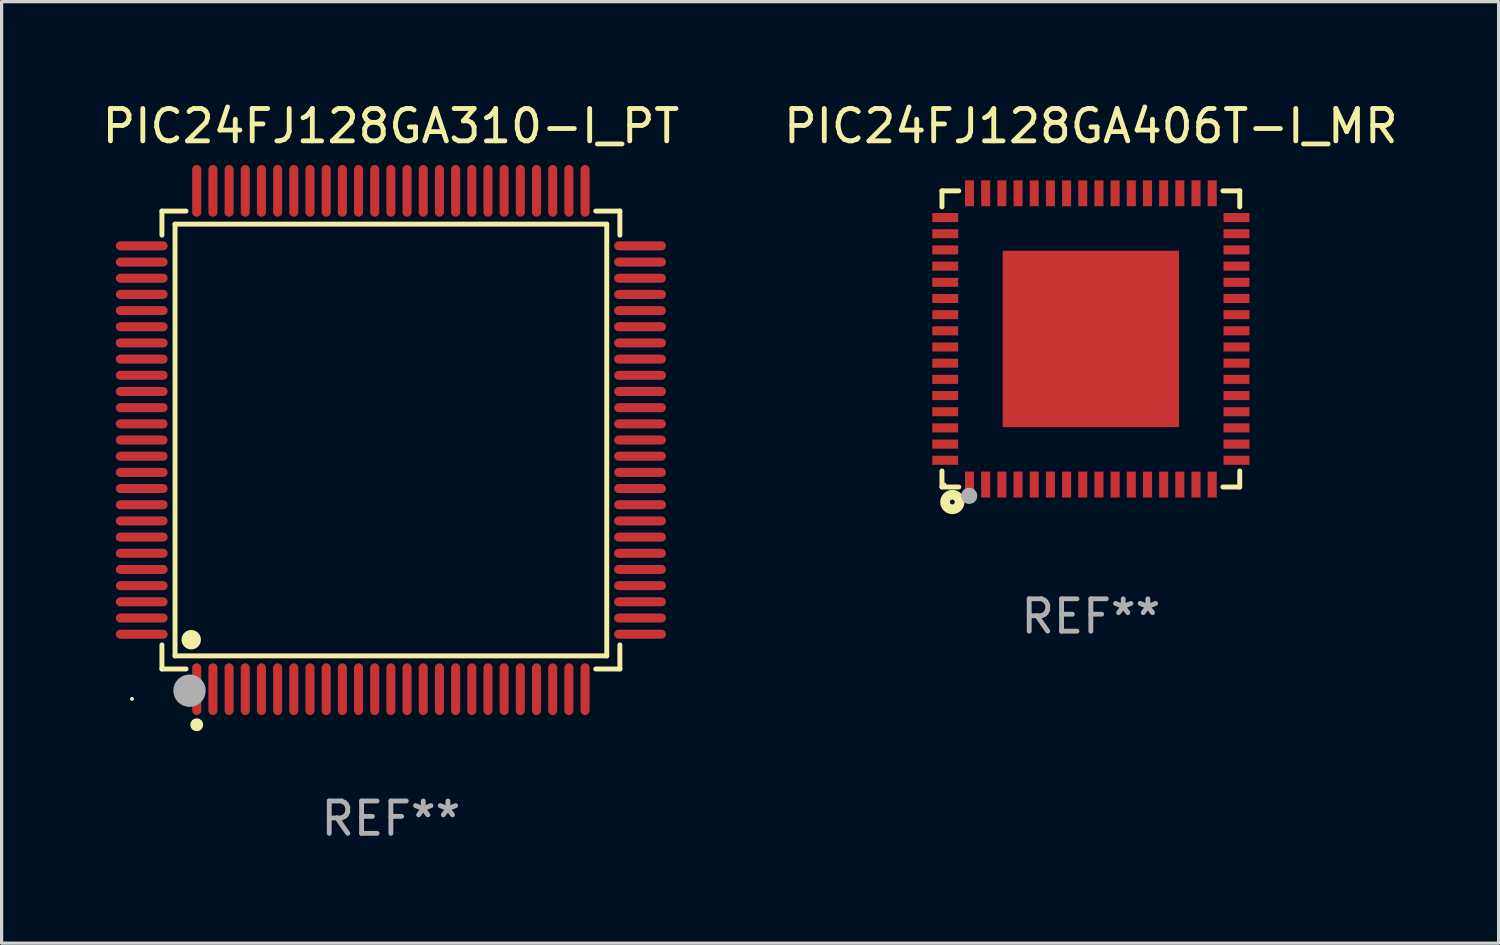
<source format=kicad_pcb>
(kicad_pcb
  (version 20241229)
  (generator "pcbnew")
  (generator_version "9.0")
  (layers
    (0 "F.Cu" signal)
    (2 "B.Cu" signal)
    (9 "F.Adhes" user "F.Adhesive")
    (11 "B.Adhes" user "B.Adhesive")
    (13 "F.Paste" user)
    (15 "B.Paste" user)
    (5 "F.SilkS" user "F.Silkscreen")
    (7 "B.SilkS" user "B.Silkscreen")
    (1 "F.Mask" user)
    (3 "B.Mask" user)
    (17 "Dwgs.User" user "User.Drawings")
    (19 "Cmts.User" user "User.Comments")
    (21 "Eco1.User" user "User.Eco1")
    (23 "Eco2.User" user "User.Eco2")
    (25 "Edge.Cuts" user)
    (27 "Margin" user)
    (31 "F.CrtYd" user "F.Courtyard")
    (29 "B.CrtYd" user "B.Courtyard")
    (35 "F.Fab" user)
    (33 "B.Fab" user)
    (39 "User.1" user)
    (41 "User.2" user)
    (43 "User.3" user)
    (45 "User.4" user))
  (footprint "PIC24FJ128GA406T-I_MR"
    (layer "F.Cu")
    (at 30.661 7.424)
    (property "Reference" "PIC24FJ128GA406T-I_MR" (at 0 -6.576 0) (layer "F.SilkS") (effects (font (size 1 1) (thickness 0.15))))
    (attr through_hole)
    (fp_line (start -4.601 -4.576) (end -4.081 -4.576) (stroke (width 0.152) (type solid)) (layer "F.SilkS"))
    (fp_line (start -4.601 -4.081) (end -4.601 -4.576) (stroke (width 0.152) (type solid)) (layer "F.SilkS"))
    (fp_line (start -4.601 4.081) (end -4.601 4.576) (stroke (width 0.152) (type solid)) (layer "F.SilkS"))
    (fp_line (start -4.601 4.576) (end -4.081 4.576) (stroke (width 0.152) (type solid)) (layer "F.SilkS"))
    (fp_line (start 4.601 -4.576) (end 4.081 -4.576) (stroke (width 0.152) (type solid)) (layer "F.SilkS"))
    (fp_line (start 4.601 -4.081) (end 4.601 -4.576) (stroke (width 0.152) (type solid)) (layer "F.SilkS"))
    (fp_line (start 4.601 4.081) (end 4.601 4.576) (stroke (width 0.152) (type solid)) (layer "F.SilkS"))
    (fp_line (start 4.601 4.576) (end 4.081 4.576) (stroke (width 0.152) (type solid)) (layer "F.SilkS"))
    (fp_circle (center -4.525 4.5) (end -4.495 4.5) (stroke (width 0.06) (type solid)) (fill no) (layer "F.SilkS"))
    (fp_circle (center -4.28 5.04) (end -4.205 5.04) (stroke (width 0.3) (type solid)) (fill no) (layer "F.SilkS"))
    (fp_circle (center -3.76 4.85) (end -3.635 4.85) (stroke (width 0.25) (type solid)) (fill no) (layer "F.Fab"))
    (fp_text user "REF**" (at 0 8.576 0) (layer "F.Fab") (effects (font (size 1 1) (thickness 0.15))))
    (pad "1" smd rect (at -3.75 4.5) (size 0.28 0.8) (layers "F.Cu" "F.Mask" "F.Paste"))
    (pad "2" smd rect (at -3.25 4.5) (size 0.28 0.8) (layers "F.Cu" "F.Mask" "F.Paste"))
    (pad "3" smd rect (at -2.75 4.5) (size 0.28 0.8) (layers "F.Cu" "F.Mask" "F.Paste"))
    (pad "4" smd rect (at -2.25 4.5) (size 0.28 0.8) (layers "F.Cu" "F.Mask" "F.Paste"))
    (pad "5" smd rect (at -1.75 4.5) (size 0.28 0.8) (layers "F.Cu" "F.Mask" "F.Paste"))
    (pad "6" smd rect (at -1.25 4.5) (size 0.28 0.8) (layers "F.Cu" "F.Mask" "F.Paste"))
    (pad "7" smd rect (at -0.75 4.5) (size 0.28 0.8) (layers "F.Cu" "F.Mask" "F.Paste"))
    (pad "8" smd rect (at -0.25 4.5) (size 0.28 0.8) (layers "F.Cu" "F.Mask" "F.Paste"))
    (pad "9" smd rect (at 0.25 4.5) (size 0.28 0.8) (layers "F.Cu" "F.Mask" "F.Paste"))
    (pad "10" smd rect (at 0.75 4.5) (size 0.28 0.8) (layers "F.Cu" "F.Mask" "F.Paste"))
    (pad "11" smd rect (at 1.25 4.5) (size 0.28 0.8) (layers "F.Cu" "F.Mask" "F.Paste"))
    (pad "12" smd rect (at 1.75 4.5) (size 0.28 0.8) (layers "F.Cu" "F.Mask" "F.Paste"))
    (pad "13" smd rect (at 2.25 4.5) (size 0.28 0.8) (layers "F.Cu" "F.Mask" "F.Paste"))
    (pad "14" smd rect (at 2.75 4.5) (size 0.28 0.8) (layers "F.Cu" "F.Mask" "F.Paste"))
    (pad "15" smd rect (at 3.25 4.5) (size 0.28 0.8) (layers "F.Cu" "F.Mask" "F.Paste"))
    (pad "16" smd rect (at 3.75 4.5) (size 0.28 0.8) (layers "F.Cu" "F.Mask" "F.Paste"))
    (pad "17" smd rect (at 4.5 3.75) (size 0.8 0.28) (layers "F.Cu" "F.Mask" "F.Paste"))
    (pad "18" smd rect (at 4.5 3.25) (size 0.8 0.28) (layers "F.Cu" "F.Mask" "F.Paste"))
    (pad "19" smd rect (at 4.5 2.75) (size 0.8 0.28) (layers "F.Cu" "F.Mask" "F.Paste"))
    (pad "20" smd rect (at 4.5 2.25) (size 0.8 0.28) (layers "F.Cu" "F.Mask" "F.Paste"))
    (pad "21" smd rect (at 4.5 1.75) (size 0.8 0.28) (layers "F.Cu" "F.Mask" "F.Paste"))
    (pad "22" smd rect (at 4.5 1.25) (size 0.8 0.28) (layers "F.Cu" "F.Mask" "F.Paste"))
    (pad "23" smd rect (at 4.5 0.75) (size 0.8 0.28) (layers "F.Cu" "F.Mask" "F.Paste"))
    (pad "24" smd rect (at 4.5 0.25) (size 0.8 0.28) (layers "F.Cu" "F.Mask" "F.Paste"))
    (pad "25" smd rect (at 4.5 -0.25) (size 0.8 0.28) (layers "F.Cu" "F.Mask" "F.Paste"))
    (pad "26" smd rect (at 4.5 -0.75) (size 0.8 0.28) (layers "F.Cu" "F.Mask" "F.Paste"))
    (pad "27" smd rect (at 4.5 -1.25) (size 0.8 0.28) (layers "F.Cu" "F.Mask" "F.Paste"))
    (pad "28" smd rect (at 4.5 -1.75) (size 0.8 0.28) (layers "F.Cu" "F.Mask" "F.Paste"))
    (pad "29" smd rect (at 4.5 -2.25) (size 0.8 0.28) (layers "F.Cu" "F.Mask" "F.Paste"))
    (pad "30" smd rect (at 4.5 -2.75) (size 0.8 0.28) (layers "F.Cu" "F.Mask" "F.Paste"))
    (pad "31" smd rect (at 4.5 -3.25) (size 0.8 0.28) (layers "F.Cu" "F.Mask" "F.Paste"))
    (pad "32" smd rect (at 4.5 -3.75) (size 0.8 0.28) (layers "F.Cu" "F.Mask" "F.Paste"))
    (pad "33" smd rect (at 3.75 -4.5) (size 0.28 0.8) (layers "F.Cu" "F.Mask" "F.Paste"))
    (pad "34" smd rect (at 3.25 -4.5) (size 0.28 0.8) (layers "F.Cu" "F.Mask" "F.Paste"))
    (pad "35" smd rect (at 2.75 -4.5) (size 0.28 0.8) (layers "F.Cu" "F.Mask" "F.Paste"))
    (pad "36" smd rect (at 2.25 -4.5) (size 0.28 0.8) (layers "F.Cu" "F.Mask" "F.Paste"))
    (pad "37" smd rect (at 1.75 -4.5) (size 0.28 0.8) (layers "F.Cu" "F.Mask" "F.Paste"))
    (pad "38" smd rect (at 1.25 -4.5) (size 0.28 0.8) (layers "F.Cu" "F.Mask" "F.Paste"))
    (pad "39" smd rect (at 0.75 -4.5) (size 0.28 0.8) (layers "F.Cu" "F.Mask" "F.Paste"))
    (pad "40" smd rect (at 0.25 -4.5) (size 0.28 0.8) (layers "F.Cu" "F.Mask" "F.Paste"))
    (pad "41" smd rect (at -0.25 -4.5) (size 0.28 0.8) (layers "F.Cu" "F.Mask" "F.Paste"))
    (pad "42" smd rect (at -0.75 -4.5) (size 0.28 0.8) (layers "F.Cu" "F.Mask" "F.Paste"))
    (pad "43" smd rect (at -1.25 -4.5) (size 0.28 0.8) (layers "F.Cu" "F.Mask" "F.Paste"))
    (pad "44" smd rect (at -1.75 -4.5) (size 0.28 0.8) (layers "F.Cu" "F.Mask" "F.Paste"))
    (pad "45" smd rect (at -2.25 -4.5) (size 0.28 0.8) (layers "F.Cu" "F.Mask" "F.Paste"))
    (pad "46" smd rect (at -2.75 -4.5) (size 0.28 0.8) (layers "F.Cu" "F.Mask" "F.Paste"))
    (pad "47" smd rect (at -3.25 -4.5) (size 0.28 0.8) (layers "F.Cu" "F.Mask" "F.Paste"))
    (pad "48" smd rect (at -3.75 -4.5) (size 0.28 0.8) (layers "F.Cu" "F.Mask" "F.Paste"))
    (pad "49" smd rect (at -4.5 -3.75) (size 0.8 0.28) (layers "F.Cu" "F.Mask" "F.Paste"))
    (pad "50" smd rect (at -4.5 -3.25) (size 0.8 0.28) (layers "F.Cu" "F.Mask" "F.Paste"))
    (pad "51" smd rect (at -4.5 -2.75) (size 0.8 0.28) (layers "F.Cu" "F.Mask" "F.Paste"))
    (pad "52" smd rect (at -4.5 -2.25) (size 0.8 0.28) (layers "F.Cu" "F.Mask" "F.Paste"))
    (pad "53" smd rect (at -4.5 -1.75) (size 0.8 0.28) (layers "F.Cu" "F.Mask" "F.Paste"))
    (pad "54" smd rect (at -4.5 -1.25) (size 0.8 0.28) (layers "F.Cu" "F.Mask" "F.Paste"))
    (pad "55" smd rect (at -4.5 -0.75) (size 0.8 0.28) (layers "F.Cu" "F.Mask" "F.Paste"))
    (pad "56" smd rect (at -4.5 -0.25) (size 0.8 0.28) (layers "F.Cu" "F.Mask" "F.Paste"))
    (pad "57" smd rect (at -4.5 0.25) (size 0.8 0.28) (layers "F.Cu" "F.Mask" "F.Paste"))
    (pad "58" smd rect (at -4.5 0.75) (size 0.8 0.28) (layers "F.Cu" "F.Mask" "F.Paste"))
    (pad "59" smd rect (at -4.5 1.25) (size 0.8 0.28) (layers "F.Cu" "F.Mask" "F.Paste"))
    (pad "60" smd rect (at -4.5 1.75) (size 0.8 0.28) (layers "F.Cu" "F.Mask" "F.Paste"))
    (pad "61" smd rect (at -4.5 2.25) (size 0.8 0.28) (layers "F.Cu" "F.Mask" "F.Paste"))
    (pad "62" smd rect (at -4.5 2.75) (size 0.8 0.28) (layers "F.Cu" "F.Mask" "F.Paste"))
    (pad "63" smd rect (at -4.5 3.25) (size 0.8 0.28) (layers "F.Cu" "F.Mask" "F.Paste"))
    (pad "64" smd rect (at -4.5 3.75) (size 0.8 0.28) (layers "F.Cu" "F.Mask" "F.Paste"))
    (pad "65" smd rect (at 0 0) (size 5.45 5.45) (layers "F.Cu" "F.Mask" "F.Paste")))
  (footprint "PIC24FJ128GA310-I_PT"
    (layer "F.Cu")
    (at 9.03 10.548)
    (property "Reference" "PIC24FJ128GA310-I_PT" (at 0 -9.7 0) (layer "F.SilkS") (effects (font (size 1 1) (thickness 0.15))))
    (attr through_hole)
    (fp_line (start -7.076 -7.076) (end -6.331 -7.076) (stroke (width 0.152) (type solid)) (layer "F.SilkS"))
    (fp_line (start -7.076 -6.331) (end -7.076 -7.076) (stroke (width 0.152) (type solid)) (layer "F.SilkS"))
    (fp_line (start -7.076 6.331) (end -7.076 7.076) (stroke (width 0.152) (type solid)) (layer "F.SilkS"))
    (fp_line (start -7.076 7.076) (end -6.331 7.076) (stroke (width 0.152) (type solid)) (layer "F.SilkS"))
    (fp_line (start -6.671 -6.671) (end 6.671 -6.671) (stroke (width 0.152) (type solid)) (layer "F.SilkS"))
    (fp_line (start -6.671 6.671) (end -6.671 -6.671) (stroke (width 0.152) (type solid)) (layer "F.SilkS"))
    (fp_line (start 6.671 -6.671) (end 6.671 6.671) (stroke (width 0.152) (type solid)) (layer "F.SilkS"))
    (fp_line (start 6.671 6.671) (end -6.671 6.671) (stroke (width 0.152) (type solid)) (layer "F.SilkS"))
    (fp_line (start 7.076 -7.076) (end 6.331 -7.076) (stroke (width 0.152) (type solid)) (layer "F.SilkS"))
    (fp_line (start 7.076 -6.331) (end 7.076 -7.076) (stroke (width 0.152) (type solid)) (layer "F.SilkS"))
    (fp_line (start 7.076 6.331) (end 7.076 7.076) (stroke (width 0.152) (type solid)) (layer "F.SilkS"))
    (fp_line (start 7.076 7.076) (end 6.331 7.076) (stroke (width 0.152) (type solid)) (layer "F.SilkS"))
    (fp_circle (center -8 8) (end -7.97 8) (stroke (width 0.06) (type solid)) (fill no) (layer "F.SilkS"))
    (fp_circle (center -6.171 6.171) (end -6.021 6.171) (stroke (width 0.3) (type solid)) (fill no) (layer "F.SilkS"))
    (fp_circle (center -6 8.8) (end -5.9 8.8) (stroke (width 0.2) (type solid)) (fill no) (layer "F.SilkS"))
    (fp_circle (center -6.223 7.747) (end -5.973 7.747) (stroke (width 0.5) (type solid)) (fill no) (layer "F.Fab"))
    (fp_text user "REF**" (at 0 11.7 0) (layer "F.Fab") (effects (font (size 1 1) (thickness 0.15))))
    (pad "1" smd oval (at -6 7.7) (size 0.28 1.6) (layers "F.Cu" "F.Mask" "F.Paste"))
    (pad "2" smd oval (at -5.5 7.7) (size 0.28 1.6) (layers "F.Cu" "F.Mask" "F.Paste"))
    (pad "3" smd oval (at -5 7.7) (size 0.28 1.6) (layers "F.Cu" "F.Mask" "F.Paste"))
    (pad "4" smd oval (at -4.5 7.7) (size 0.28 1.6) (layers "F.Cu" "F.Mask" "F.Paste"))
    (pad "5" smd oval (at -4 7.7) (size 0.28 1.6) (layers "F.Cu" "F.Mask" "F.Paste"))
    (pad "6" smd oval (at -3.5 7.7) (size 0.28 1.6) (layers "F.Cu" "F.Mask" "F.Paste"))
    (pad "7" smd oval (at -3 7.7) (size 0.28 1.6) (layers "F.Cu" "F.Mask" "F.Paste"))
    (pad "8" smd oval (at -2.5 7.7) (size 0.28 1.6) (layers "F.Cu" "F.Mask" "F.Paste"))
    (pad "9" smd oval (at -2 7.7) (size 0.28 1.6) (layers "F.Cu" "F.Mask" "F.Paste"))
    (pad "10" smd oval (at -1.5 7.7) (size 0.28 1.6) (layers "F.Cu" "F.Mask" "F.Paste"))
    (pad "11" smd oval (at -1 7.7) (size 0.28 1.6) (layers "F.Cu" "F.Mask" "F.Paste"))
    (pad "12" smd oval (at -0.5 7.7) (size 0.28 1.6) (layers "F.Cu" "F.Mask" "F.Paste"))
    (pad "13" smd oval (at 0 7.7) (size 0.28 1.6) (layers "F.Cu" "F.Mask" "F.Paste"))
    (pad "14" smd oval (at 0.5 7.7) (size 0.28 1.6) (layers "F.Cu" "F.Mask" "F.Paste"))
    (pad "15" smd oval (at 1 7.7) (size 0.28 1.6) (layers "F.Cu" "F.Mask" "F.Paste"))
    (pad "16" smd oval (at 1.5 7.7) (size 0.28 1.6) (layers "F.Cu" "F.Mask" "F.Paste"))
    (pad "17" smd oval (at 2 7.7) (size 0.28 1.6) (layers "F.Cu" "F.Mask" "F.Paste"))
    (pad "18" smd oval (at 2.5 7.7) (size 0.28 1.6) (layers "F.Cu" "F.Mask" "F.Paste"))
    (pad "19" smd oval (at 3 7.7) (size 0.28 1.6) (layers "F.Cu" "F.Mask" "F.Paste"))
    (pad "20" smd oval (at 3.5 7.7) (size 0.28 1.6) (layers "F.Cu" "F.Mask" "F.Paste"))
    (pad "21" smd oval (at 4 7.7) (size 0.28 1.6) (layers "F.Cu" "F.Mask" "F.Paste"))
    (pad "22" smd oval (at 4.5 7.7) (size 0.28 1.6) (layers "F.Cu" "F.Mask" "F.Paste"))
    (pad "23" smd oval (at 5 7.7) (size 0.28 1.6) (layers "F.Cu" "F.Mask" "F.Paste"))
    (pad "24" smd oval (at 5.5 7.7) (size 0.28 1.6) (layers "F.Cu" "F.Mask" "F.Paste"))
    (pad "25" smd oval (at 6 7.7) (size 0.28 1.6) (layers "F.Cu" "F.Mask" "F.Paste"))
    (pad "26" smd oval (at 7.7 6) (size 1.6 0.28) (layers "F.Cu" "F.Mask" "F.Paste"))
    (pad "27" smd oval (at 7.7 5.5) (size 1.6 0.28) (layers "F.Cu" "F.Mask" "F.Paste"))
    (pad "28" smd oval (at 7.7 5) (size 1.6 0.28) (layers "F.Cu" "F.Mask" "F.Paste"))
    (pad "29" smd oval (at 7.7 4.5) (size 1.6 0.28) (layers "F.Cu" "F.Mask" "F.Paste"))
    (pad "30" smd oval (at 7.7 4) (size 1.6 0.28) (layers "F.Cu" "F.Mask" "F.Paste"))
    (pad "31" smd oval (at 7.7 3.5) (size 1.6 0.28) (layers "F.Cu" "F.Mask" "F.Paste"))
    (pad "32" smd oval (at 7.7 3) (size 1.6 0.28) (layers "F.Cu" "F.Mask" "F.Paste"))
    (pad "33" smd oval (at 7.7 2.5) (size 1.6 0.28) (layers "F.Cu" "F.Mask" "F.Paste"))
    (pad "34" smd oval (at 7.7 2) (size 1.6 0.28) (layers "F.Cu" "F.Mask" "F.Paste"))
    (pad "35" smd oval (at 7.7 1.5) (size 1.6 0.28) (layers "F.Cu" "F.Mask" "F.Paste"))
    (pad "36" smd oval (at 7.7 1) (size 1.6 0.28) (layers "F.Cu" "F.Mask" "F.Paste"))
    (pad "37" smd oval (at 7.7 0.5) (size 1.6 0.28) (layers "F.Cu" "F.Mask" "F.Paste"))
    (pad "38" smd oval (at 7.7 0) (size 1.6 0.28) (layers "F.Cu" "F.Mask" "F.Paste"))
    (pad "39" smd oval (at 7.7 -0.5) (size 1.6 0.28) (layers "F.Cu" "F.Mask" "F.Paste"))
    (pad "40" smd oval (at 7.7 -1) (size 1.6 0.28) (layers "F.Cu" "F.Mask" "F.Paste"))
    (pad "41" smd oval (at 7.7 -1.5) (size 1.6 0.28) (layers "F.Cu" "F.Mask" "F.Paste"))
    (pad "42" smd oval (at 7.7 -2) (size 1.6 0.28) (layers "F.Cu" "F.Mask" "F.Paste"))
    (pad "43" smd oval (at 7.7 -2.5) (size 1.6 0.28) (layers "F.Cu" "F.Mask" "F.Paste"))
    (pad "44" smd oval (at 7.7 -3) (size 1.6 0.28) (layers "F.Cu" "F.Mask" "F.Paste"))
    (pad "45" smd oval (at 7.7 -3.5) (size 1.6 0.28) (layers "F.Cu" "F.Mask" "F.Paste"))
    (pad "46" smd oval (at 7.7 -4) (size 1.6 0.28) (layers "F.Cu" "F.Mask" "F.Paste"))
    (pad "47" smd oval (at 7.7 -4.5) (size 1.6 0.28) (layers "F.Cu" "F.Mask" "F.Paste"))
    (pad "48" smd oval (at 7.7 -5) (size 1.6 0.28) (layers "F.Cu" "F.Mask" "F.Paste"))
    (pad "49" smd oval (at 7.7 -5.5) (size 1.6 0.28) (layers "F.Cu" "F.Mask" "F.Paste"))
    (pad "50" smd oval (at 7.7 -6) (size 1.6 0.28) (layers "F.Cu" "F.Mask" "F.Paste"))
    (pad "51" smd oval (at 6 -7.7) (size 0.28 1.6) (layers "F.Cu" "F.Mask" "F.Paste"))
    (pad "52" smd oval (at 5.5 -7.7) (size 0.28 1.6) (layers "F.Cu" "F.Mask" "F.Paste"))
    (pad "53" smd oval (at 5 -7.7) (size 0.28 1.6) (layers "F.Cu" "F.Mask" "F.Paste"))
    (pad "54" smd oval (at 4.5 -7.7) (size 0.28 1.6) (layers "F.Cu" "F.Mask" "F.Paste"))
    (pad "55" smd oval (at 4 -7.7) (size 0.28 1.6) (layers "F.Cu" "F.Mask" "F.Paste"))
    (pad "56" smd oval (at 3.5 -7.7) (size 0.28 1.6) (layers "F.Cu" "F.Mask" "F.Paste"))
    (pad "57" smd oval (at 3 -7.7) (size 0.28 1.6) (layers "F.Cu" "F.Mask" "F.Paste"))
    (pad "58" smd oval (at 2.5 -7.7) (size 0.28 1.6) (layers "F.Cu" "F.Mask" "F.Paste"))
    (pad "59" smd oval (at 2 -7.7) (size 0.28 1.6) (layers "F.Cu" "F.Mask" "F.Paste"))
    (pad "60" smd oval (at 1.5 -7.7) (size 0.28 1.6) (layers "F.Cu" "F.Mask" "F.Paste"))
    (pad "61" smd oval (at 1 -7.7) (size 0.28 1.6) (layers "F.Cu" "F.Mask" "F.Paste"))
    (pad "62" smd oval (at 0.5 -7.7) (size 0.28 1.6) (layers "F.Cu" "F.Mask" "F.Paste"))
    (pad "63" smd oval (at 0 -7.7) (size 0.28 1.6) (layers "F.Cu" "F.Mask" "F.Paste"))
    (pad "64" smd oval (at -0.5 -7.7) (size 0.28 1.6) (layers "F.Cu" "F.Mask" "F.Paste"))
    (pad "65" smd oval (at -1 -7.7) (size 0.28 1.6) (layers "F.Cu" "F.Mask" "F.Paste"))
    (pad "66" smd oval (at -1.5 -7.7) (size 0.28 1.6) (layers "F.Cu" "F.Mask" "F.Paste"))
    (pad "67" smd oval (at -2 -7.7) (size 0.28 1.6) (layers "F.Cu" "F.Mask" "F.Paste"))
    (pad "68" smd oval (at -2.5 -7.7) (size 0.28 1.6) (layers "F.Cu" "F.Mask" "F.Paste"))
    (pad "69" smd oval (at -3 -7.7) (size 0.28 1.6) (layers "F.Cu" "F.Mask" "F.Paste"))
    (pad "70" smd oval (at -3.5 -7.7) (size 0.28 1.6) (layers "F.Cu" "F.Mask" "F.Paste"))
    (pad "71" smd oval (at -4 -7.7) (size 0.28 1.6) (layers "F.Cu" "F.Mask" "F.Paste"))
    (pad "72" smd oval (at -4.5 -7.7) (size 0.28 1.6) (layers "F.Cu" "F.Mask" "F.Paste"))
    (pad "73" smd oval (at -5 -7.7) (size 0.28 1.6) (layers "F.Cu" "F.Mask" "F.Paste"))
    (pad "74" smd oval (at -5.5 -7.7) (size 0.28 1.6) (layers "F.Cu" "F.Mask" "F.Paste"))
    (pad "75" smd oval (at -6 -7.7) (size 0.28 1.6) (layers "F.Cu" "F.Mask" "F.Paste"))
    (pad "76" smd oval (at -7.7 -6) (size 1.6 0.28) (layers "F.Cu" "F.Mask" "F.Paste"))
    (pad "77" smd oval (at -7.7 -5.5) (size 1.6 0.28) (layers "F.Cu" "F.Mask" "F.Paste"))
    (pad "78" smd oval (at -7.7 -5) (size 1.6 0.28) (layers "F.Cu" "F.Mask" "F.Paste"))
    (pad "79" smd oval (at -7.7 -4.5) (size 1.6 0.28) (layers "F.Cu" "F.Mask" "F.Paste"))
    (pad "80" smd oval (at -7.7 -4) (size 1.6 0.28) (layers "F.Cu" "F.Mask" "F.Paste"))
    (pad "81" smd oval (at -7.7 -3.5) (size 1.6 0.28) (layers "F.Cu" "F.Mask" "F.Paste"))
    (pad "82" smd oval (at -7.7 -3) (size 1.6 0.28) (layers "F.Cu" "F.Mask" "F.Paste"))
    (pad "83" smd oval (at -7.7 -2.5) (size 1.6 0.28) (layers "F.Cu" "F.Mask" "F.Paste"))
    (pad "84" smd oval (at -7.7 -2) (size 1.6 0.28) (layers "F.Cu" "F.Mask" "F.Paste"))
    (pad "85" smd oval (at -7.7 -1.5) (size 1.6 0.28) (layers "F.Cu" "F.Mask" "F.Paste"))
    (pad "86" smd oval (at -7.7 -1) (size 1.6 0.28) (layers "F.Cu" "F.Mask" "F.Paste"))
    (pad "87" smd oval (at -7.7 -0.5) (size 1.6 0.28) (layers "F.Cu" "F.Mask" "F.Paste"))
    (pad "88" smd oval (at -7.7 0) (size 1.6 0.28) (layers "F.Cu" "F.Mask" "F.Paste"))
    (pad "89" smd oval (at -7.7 0.5) (size 1.6 0.28) (layers "F.Cu" "F.Mask" "F.Paste"))
    (pad "90" smd oval (at -7.7 1) (size 1.6 0.28) (layers "F.Cu" "F.Mask" "F.Paste"))
    (pad "91" smd oval (at -7.7 1.5) (size 1.6 0.28) (layers "F.Cu" "F.Mask" "F.Paste"))
    (pad "92" smd oval (at -7.7 2) (size 1.6 0.28) (layers "F.Cu" "F.Mask" "F.Paste"))
    (pad "93" smd oval (at -7.7 2.5) (size 1.6 0.28) (layers "F.Cu" "F.Mask" "F.Paste"))
    (pad "94" smd oval (at -7.7 3) (size 1.6 0.28) (layers "F.Cu" "F.Mask" "F.Paste"))
    (pad "95" smd oval (at -7.7 3.5) (size 1.6 0.28) (layers "F.Cu" "F.Mask" "F.Paste"))
    (pad "96" smd oval (at -7.7 4) (size 1.6 0.28) (layers "F.Cu" "F.Mask" "F.Paste"))
    (pad "97" smd oval (at -7.7 4.5) (size 1.6 0.28) (layers "F.Cu" "F.Mask" "F.Paste"))
    (pad "98" smd oval (at -7.7 5) (size 1.6 0.28) (layers "F.Cu" "F.Mask" "F.Paste"))
    (pad "99" smd oval (at -7.7 5.5) (size 1.6 0.28) (layers "F.Cu" "F.Mask" "F.Paste"))
    (pad "100" smd oval (at -7.7 6) (size 1.6 0.28) (layers "F.Cu" "F.Mask" "F.Paste")))
  (gr_rect
    (start -3 -3)
    (end 43.262 26.097)
    (stroke (width 0.1) (type default))
    (fill no)
    (layer "Edge.Cuts")))
</source>
